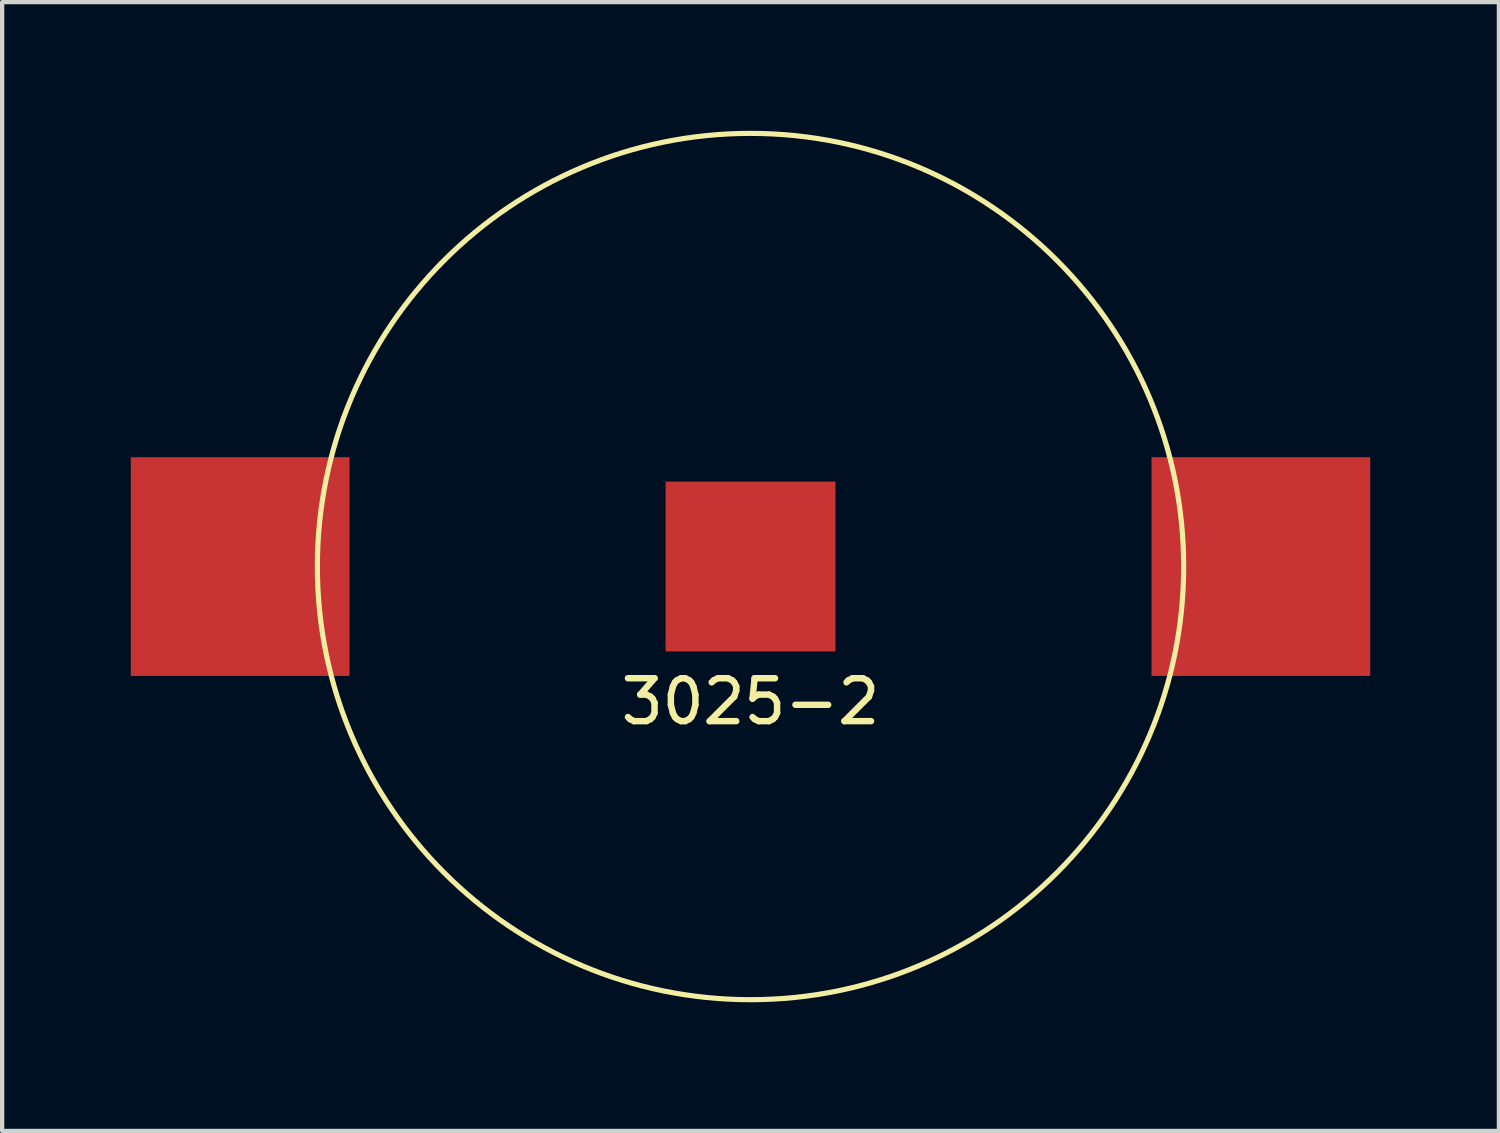
<source format=kicad_pcb>
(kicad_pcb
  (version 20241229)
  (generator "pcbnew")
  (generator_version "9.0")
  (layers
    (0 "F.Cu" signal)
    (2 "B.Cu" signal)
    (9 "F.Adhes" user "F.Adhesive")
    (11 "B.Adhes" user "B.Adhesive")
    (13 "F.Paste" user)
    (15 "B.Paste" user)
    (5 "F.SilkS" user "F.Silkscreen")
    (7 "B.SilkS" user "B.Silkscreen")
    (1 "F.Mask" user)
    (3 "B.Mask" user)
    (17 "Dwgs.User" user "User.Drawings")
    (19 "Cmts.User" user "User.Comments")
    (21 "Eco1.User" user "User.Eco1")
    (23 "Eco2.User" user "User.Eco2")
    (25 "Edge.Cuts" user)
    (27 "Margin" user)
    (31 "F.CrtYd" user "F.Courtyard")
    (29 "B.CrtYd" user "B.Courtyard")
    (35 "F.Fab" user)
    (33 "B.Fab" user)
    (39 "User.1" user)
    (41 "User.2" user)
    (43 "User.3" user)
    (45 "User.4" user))
  (footprint "3025-2"
    (layer "F.Cu")
    (at 14.45 10.16)
    (property "Reference" "3025-2" (at 0 3.15 0) (layer "F.SilkS") (effects (font (size 1 1) (thickness 0.15))))
    (attr through_hole)
    (fp_circle (center 0 0) (end 0 -10.1) (stroke (width 0.12) (type solid)) (fill no) (layer "F.SilkS"))
    (pad "1" smd rect (at -11.9 0) (size 5.1 5.1) (layers "F.Cu" "F.Mask" "F.Paste"))
    (pad "1" smd rect (at 11.9 0) (size 5.1 5.1) (layers "F.Cu" "F.Mask" "F.Paste"))
    (pad "2" smd rect (at 0 0 90) (size 3.96 3.96) (layers "F.Cu" "F.Mask" "F.Paste")))
  (gr_rect
    (start -3 -3)
    (end 31.9 23.32)
    (stroke (width 0.1) (type default))
    (fill no)
    (layer "Edge.Cuts")))
</source>
